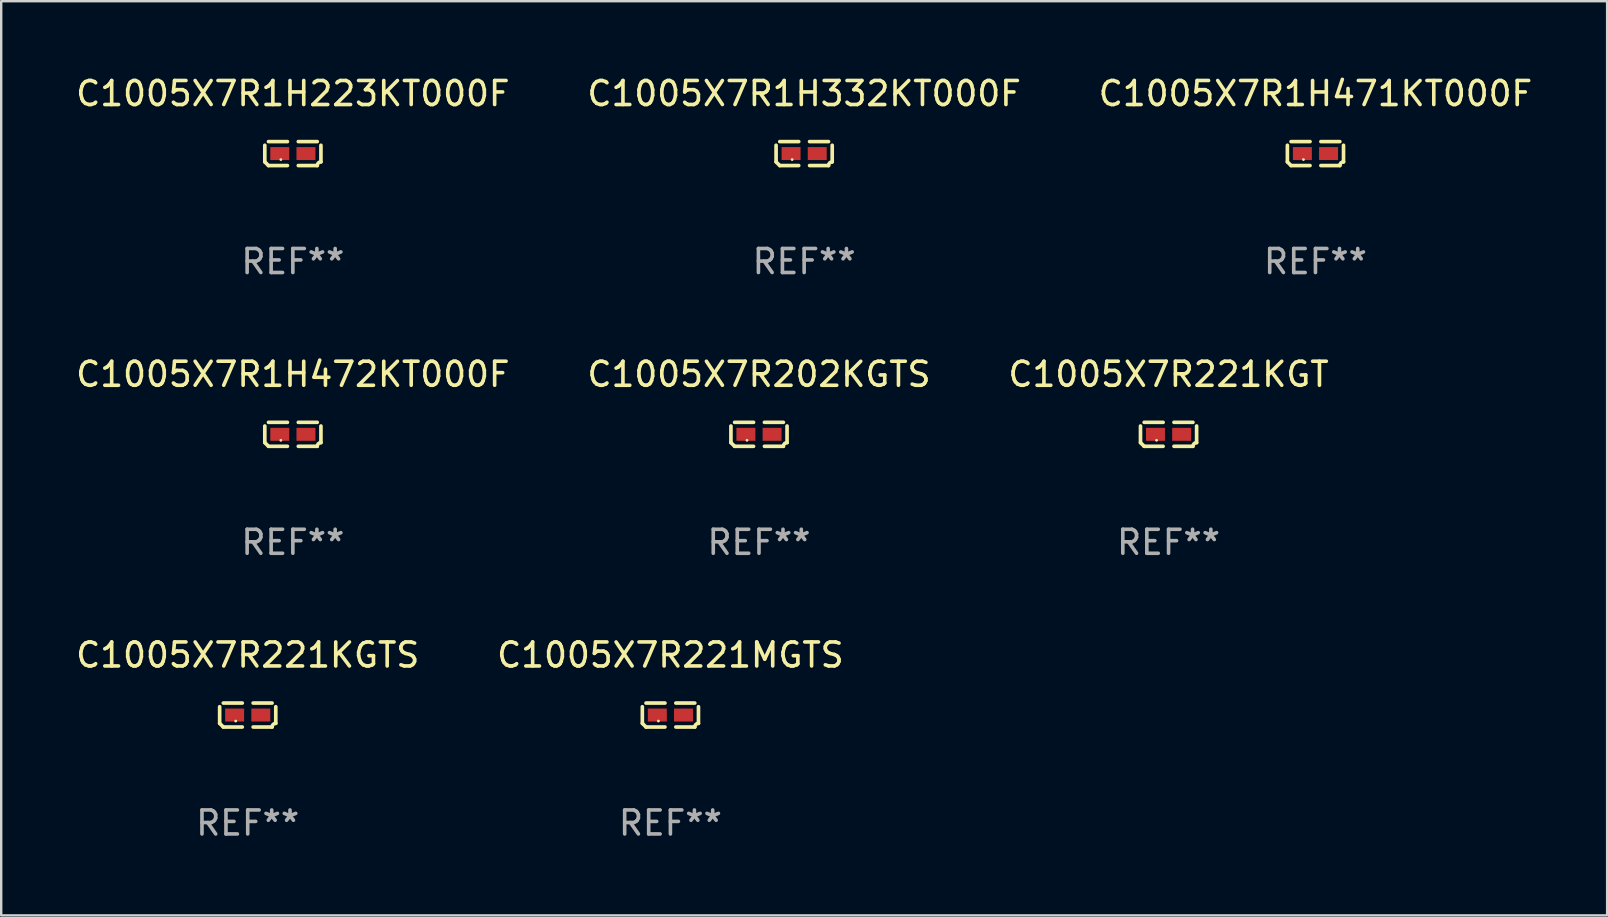
<source format=kicad_pcb>
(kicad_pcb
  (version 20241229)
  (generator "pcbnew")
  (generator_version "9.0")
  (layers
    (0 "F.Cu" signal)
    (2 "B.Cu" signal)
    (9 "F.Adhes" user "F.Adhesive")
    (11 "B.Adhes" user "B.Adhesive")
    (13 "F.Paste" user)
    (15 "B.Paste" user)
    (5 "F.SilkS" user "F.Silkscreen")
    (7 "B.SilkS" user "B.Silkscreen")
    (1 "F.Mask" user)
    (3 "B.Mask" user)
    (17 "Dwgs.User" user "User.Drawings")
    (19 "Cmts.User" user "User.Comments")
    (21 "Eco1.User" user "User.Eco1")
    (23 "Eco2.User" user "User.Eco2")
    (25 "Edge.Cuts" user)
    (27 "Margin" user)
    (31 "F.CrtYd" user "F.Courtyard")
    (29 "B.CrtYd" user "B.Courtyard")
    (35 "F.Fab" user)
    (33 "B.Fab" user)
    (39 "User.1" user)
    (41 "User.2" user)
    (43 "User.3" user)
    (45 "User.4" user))
  (footprint "C1005X7R1H471KT000F"
    (layer "F.Cu")
    (at 51.744 3.347)
    (property "Reference" "C1005X7R1H471KT000F" (at 0 -2.499 0) (layer "F.SilkS") (effects (font (size 1 1) (thickness 0.15))))
    (attr through_hole)
    (fp_line (start -1.169 0.346) (end -1.169 -0.346) (stroke (width 0.152) (type solid)) (layer "F.SilkS"))
    (fp_line (start -1.016 -0.499) (end -0.226 -0.499) (stroke (width 0.152) (type solid)) (layer "F.SilkS"))
    (fp_line (start -0.226 0.499) (end -1.016 0.499) (stroke (width 0.152) (type solid)) (layer "F.SilkS"))
    (fp_line (start 0.226 0.499) (end 1.016 0.499) (stroke (width 0.152) (type solid)) (layer "F.SilkS"))
    (fp_line (start 1.016 -0.499) (end 0.226 -0.499) (stroke (width 0.152) (type solid)) (layer "F.SilkS"))
    (fp_line (start 1.169 0.346) (end 1.169 -0.346) (stroke (width 0.152) (type solid)) (layer "F.SilkS"))
    (fp_arc (start -1.016307 0.498603) (mid -1.092512 0.422405) (end -1.16871 0.3462) (stroke (width 0.1524) (type solid)) (layer "F.SilkS"))
    (fp_arc (start 1.016307 0.498603) (mid 1.060899 0.390758) (end 1.168707 0.346076) (stroke (width 0.1524) (type solid)) (layer "F.SilkS"))
    (fp_circle (center -0.5 0.25) (end -0.47 0.25) (stroke (width 0.06) (type solid)) (fill no) (layer "F.SilkS"))
    (fp_text user "REF**" (at 0 4.499 0) (layer "F.Fab") (effects (font (size 1 1) (thickness 0.15))))
    (pad "1" smd rect (at -0.545 0) (size 0.79 0.54) (layers "F.Cu" "F.Mask" "F.Paste"))
    (pad "2" smd rect (at 0.545 0) (size 0.79 0.54) (layers "F.Cu" "F.Mask" "F.Paste")))
  (footprint "C1005X7R202KGTS"
    (layer "F.Cu")
    (at 28.565 15.041)
    (property "Reference" "C1005X7R202KGTS" (at 0 -2.499 0) (layer "F.SilkS") (effects (font (size 1 1) (thickness 0.15))))
    (attr through_hole)
    (fp_line (start -1.169 0.346) (end -1.169 -0.346) (stroke (width 0.152) (type solid)) (layer "F.SilkS"))
    (fp_line (start -1.016 -0.499) (end -0.226 -0.499) (stroke (width 0.152) (type solid)) (layer "F.SilkS"))
    (fp_line (start -0.226 0.499) (end -1.016 0.499) (stroke (width 0.152) (type solid)) (layer "F.SilkS"))
    (fp_line (start 0.226 0.499) (end 1.016 0.499) (stroke (width 0.152) (type solid)) (layer "F.SilkS"))
    (fp_line (start 1.016 -0.499) (end 0.226 -0.499) (stroke (width 0.152) (type solid)) (layer "F.SilkS"))
    (fp_line (start 1.169 0.346) (end 1.169 -0.346) (stroke (width 0.152) (type solid)) (layer "F.SilkS"))
    (fp_arc (start -1.016307 0.498603) (mid -1.092512 0.422405) (end -1.16871 0.3462) (stroke (width 0.1524) (type solid)) (layer "F.SilkS"))
    (fp_arc (start 1.016307 0.498603) (mid 1.060899 0.390758) (end 1.168707 0.346076) (stroke (width 0.1524) (type solid)) (layer "F.SilkS"))
    (fp_circle (center -0.5 0.25) (end -0.47 0.25) (stroke (width 0.06) (type solid)) (fill no) (layer "F.SilkS"))
    (fp_text user "REF**" (at 0 4.499 0) (layer "F.Fab") (effects (font (size 1 1) (thickness 0.15))))
    (pad "1" smd rect (at -0.545 0) (size 0.79 0.54) (layers "F.Cu" "F.Mask" "F.Paste"))
    (pad "2" smd rect (at 0.545 0) (size 0.79 0.54) (layers "F.Cu" "F.Mask" "F.Paste")))
  (footprint "C1005X7R221KGT"
    (layer "F.Cu")
    (at 45.625 15.041)
    (property "Reference" "C1005X7R221KGT" (at 0 -2.499 0) (layer "F.SilkS") (effects (font (size 1 1) (thickness 0.15))))
    (attr through_hole)
    (fp_line (start -1.169 0.346) (end -1.169 -0.346) (stroke (width 0.152) (type solid)) (layer "F.SilkS"))
    (fp_line (start -1.016 -0.499) (end -0.226 -0.499) (stroke (width 0.152) (type solid)) (layer "F.SilkS"))
    (fp_line (start -0.226 0.499) (end -1.016 0.499) (stroke (width 0.152) (type solid)) (layer "F.SilkS"))
    (fp_line (start 0.226 0.499) (end 1.016 0.499) (stroke (width 0.152) (type solid)) (layer "F.SilkS"))
    (fp_line (start 1.016 -0.499) (end 0.226 -0.499) (stroke (width 0.152) (type solid)) (layer "F.SilkS"))
    (fp_line (start 1.169 0.346) (end 1.169 -0.346) (stroke (width 0.152) (type solid)) (layer "F.SilkS"))
    (fp_arc (start -1.016307 0.498603) (mid -1.092512 0.422405) (end -1.16871 0.3462) (stroke (width 0.1524) (type solid)) (layer "F.SilkS"))
    (fp_arc (start 1.016307 0.498603) (mid 1.060899 0.390758) (end 1.168707 0.346076) (stroke (width 0.1524) (type solid)) (layer "F.SilkS"))
    (fp_circle (center -0.5 0.25) (end -0.47 0.25) (stroke (width 0.06) (type solid)) (fill no) (layer "F.SilkS"))
    (fp_text user "REF**" (at 0 4.499 0) (layer "F.Fab") (effects (font (size 1 1) (thickness 0.15))))
    (pad "1" smd rect (at -0.545 0) (size 0.79 0.54) (layers "F.Cu" "F.Mask" "F.Paste"))
    (pad "2" smd rect (at 0.545 0) (size 0.79 0.54) (layers "F.Cu" "F.Mask" "F.Paste")))
  (footprint "C1005X7R221MGTS"
    (layer "F.Cu")
    (at 24.875 26.734)
    (property "Reference" "C1005X7R221MGTS" (at 0 -2.499 0) (layer "F.SilkS") (effects (font (size 1 1) (thickness 0.15))))
    (attr through_hole)
    (fp_line (start -1.169 0.346) (end -1.169 -0.346) (stroke (width 0.152) (type solid)) (layer "F.SilkS"))
    (fp_line (start -1.016 -0.499) (end -0.226 -0.499) (stroke (width 0.152) (type solid)) (layer "F.SilkS"))
    (fp_line (start -0.226 0.499) (end -1.016 0.499) (stroke (width 0.152) (type solid)) (layer "F.SilkS"))
    (fp_line (start 0.226 0.499) (end 1.016 0.499) (stroke (width 0.152) (type solid)) (layer "F.SilkS"))
    (fp_line (start 1.016 -0.499) (end 0.226 -0.499) (stroke (width 0.152) (type solid)) (layer "F.SilkS"))
    (fp_line (start 1.169 0.346) (end 1.169 -0.346) (stroke (width 0.152) (type solid)) (layer "F.SilkS"))
    (fp_arc (start -1.016307 0.498603) (mid -1.092512 0.422405) (end -1.16871 0.3462) (stroke (width 0.1524) (type solid)) (layer "F.SilkS"))
    (fp_arc (start 1.016307 0.498603) (mid 1.060899 0.390758) (end 1.168707 0.346076) (stroke (width 0.1524) (type solid)) (layer "F.SilkS"))
    (fp_circle (center -0.5 0.25) (end -0.47 0.25) (stroke (width 0.06) (type solid)) (fill no) (layer "F.SilkS"))
    (fp_text user "REF**" (at 0 4.499 0) (layer "F.Fab") (effects (font (size 1 1) (thickness 0.15))))
    (pad "1" smd rect (at -0.545 0) (size 0.79 0.54) (layers "F.Cu" "F.Mask" "F.Paste"))
    (pad "2" smd rect (at 0.545 0) (size 0.79 0.54) (layers "F.Cu" "F.Mask" "F.Paste")))
  (footprint "C1005X7R1H472KT000F"
    (layer "F.Cu")
    (at 9.149 15.041)
    (property "Reference" "C1005X7R1H472KT000F" (at 0 -2.499 0) (layer "F.SilkS") (effects (font (size 1 1) (thickness 0.15))))
    (attr through_hole)
    (fp_line (start -1.169 0.346) (end -1.169 -0.346) (stroke (width 0.152) (type solid)) (layer "F.SilkS"))
    (fp_line (start -1.016 -0.499) (end -0.226 -0.499) (stroke (width 0.152) (type solid)) (layer "F.SilkS"))
    (fp_line (start -0.226 0.499) (end -1.016 0.499) (stroke (width 0.152) (type solid)) (layer "F.SilkS"))
    (fp_line (start 0.226 0.499) (end 1.016 0.499) (stroke (width 0.152) (type solid)) (layer "F.SilkS"))
    (fp_line (start 1.016 -0.499) (end 0.226 -0.499) (stroke (width 0.152) (type solid)) (layer "F.SilkS"))
    (fp_line (start 1.169 0.346) (end 1.169 -0.346) (stroke (width 0.152) (type solid)) (layer "F.SilkS"))
    (fp_arc (start -1.016307 0.498603) (mid -1.092512 0.422405) (end -1.16871 0.3462) (stroke (width 0.1524) (type solid)) (layer "F.SilkS"))
    (fp_arc (start 1.016307 0.498603) (mid 1.060899 0.390758) (end 1.168707 0.346076) (stroke (width 0.1524) (type solid)) (layer "F.SilkS"))
    (fp_circle (center -0.5 0.25) (end -0.47 0.25) (stroke (width 0.06) (type solid)) (fill no) (layer "F.SilkS"))
    (fp_text user "REF**" (at 0 4.499 0) (layer "F.Fab") (effects (font (size 1 1) (thickness 0.15))))
    (pad "1" smd rect (at -0.545 0) (size 0.79 0.54) (layers "F.Cu" "F.Mask" "F.Paste"))
    (pad "2" smd rect (at 0.545 0) (size 0.79 0.54) (layers "F.Cu" "F.Mask" "F.Paste")))
  (footprint "C1005X7R1H223KT000F"
    (layer "F.Cu")
    (at 9.149 3.347)
    (property "Reference" "C1005X7R1H223KT000F" (at 0 -2.499 0) (layer "F.SilkS") (effects (font (size 1 1) (thickness 0.15))))
    (attr through_hole)
    (fp_line (start -1.169 0.346) (end -1.169 -0.346) (stroke (width 0.152) (type solid)) (layer "F.SilkS"))
    (fp_line (start -1.016 -0.499) (end -0.226 -0.499) (stroke (width 0.152) (type solid)) (layer "F.SilkS"))
    (fp_line (start -0.226 0.499) (end -1.016 0.499) (stroke (width 0.152) (type solid)) (layer "F.SilkS"))
    (fp_line (start 0.226 0.499) (end 1.016 0.499) (stroke (width 0.152) (type solid)) (layer "F.SilkS"))
    (fp_line (start 1.016 -0.499) (end 0.226 -0.499) (stroke (width 0.152) (type solid)) (layer "F.SilkS"))
    (fp_line (start 1.169 0.346) (end 1.169 -0.346) (stroke (width 0.152) (type solid)) (layer "F.SilkS"))
    (fp_arc (start -1.016307 0.498603) (mid -1.092512 0.422405) (end -1.16871 0.3462) (stroke (width 0.1524) (type solid)) (layer "F.SilkS"))
    (fp_arc (start 1.016307 0.498603) (mid 1.060899 0.390758) (end 1.168707 0.346076) (stroke (width 0.1524) (type solid)) (layer "F.SilkS"))
    (fp_circle (center -0.5 0.25) (end -0.47 0.25) (stroke (width 0.06) (type solid)) (fill no) (layer "F.SilkS"))
    (fp_text user "REF**" (at 0 4.499 0) (layer "F.Fab") (effects (font (size 1 1) (thickness 0.15))))
    (pad "1" smd rect (at -0.545 0) (size 0.79 0.54) (layers "F.Cu" "F.Mask" "F.Paste"))
    (pad "2" smd rect (at 0.545 0) (size 0.79 0.54) (layers "F.Cu" "F.Mask" "F.Paste")))
  (footprint "C1005X7R1H332KT000F"
    (layer "F.Cu")
    (at 30.446 3.347)
    (property "Reference" "C1005X7R1H332KT000F" (at 0 -2.499 0) (layer "F.SilkS") (effects (font (size 1 1) (thickness 0.15))))
    (attr through_hole)
    (fp_line (start -1.169 0.346) (end -1.169 -0.346) (stroke (width 0.152) (type solid)) (layer "F.SilkS"))
    (fp_line (start -1.016 -0.499) (end -0.226 -0.499) (stroke (width 0.152) (type solid)) (layer "F.SilkS"))
    (fp_line (start -0.226 0.499) (end -1.016 0.499) (stroke (width 0.152) (type solid)) (layer "F.SilkS"))
    (fp_line (start 0.226 0.499) (end 1.016 0.499) (stroke (width 0.152) (type solid)) (layer "F.SilkS"))
    (fp_line (start 1.016 -0.499) (end 0.226 -0.499) (stroke (width 0.152) (type solid)) (layer "F.SilkS"))
    (fp_line (start 1.169 0.346) (end 1.169 -0.346) (stroke (width 0.152) (type solid)) (layer "F.SilkS"))
    (fp_arc (start -1.016307 0.498603) (mid -1.092512 0.422405) (end -1.16871 0.3462) (stroke (width 0.1524) (type solid)) (layer "F.SilkS"))
    (fp_arc (start 1.016307 0.498603) (mid 1.060899 0.390758) (end 1.168707 0.346076) (stroke (width 0.1524) (type solid)) (layer "F.SilkS"))
    (fp_circle (center -0.5 0.25) (end -0.47 0.25) (stroke (width 0.06) (type solid)) (fill no) (layer "F.SilkS"))
    (fp_text user "REF**" (at 0 4.499 0) (layer "F.Fab") (effects (font (size 1 1) (thickness 0.15))))
    (pad "1" smd rect (at -0.545 0) (size 0.79 0.54) (layers "F.Cu" "F.Mask" "F.Paste"))
    (pad "2" smd rect (at 0.545 0) (size 0.79 0.54) (layers "F.Cu" "F.Mask" "F.Paste")))
  (footprint "C1005X7R221KGTS"
    (layer "F.Cu")
    (at 7.268 26.734)
    (property "Reference" "C1005X7R221KGTS" (at 0 -2.499 0) (layer "F.SilkS") (effects (font (size 1 1) (thickness 0.15))))
    (attr through_hole)
    (fp_line (start -1.169 0.346) (end -1.169 -0.346) (stroke (width 0.152) (type solid)) (layer "F.SilkS"))
    (fp_line (start -1.016 -0.499) (end -0.226 -0.499) (stroke (width 0.152) (type solid)) (layer "F.SilkS"))
    (fp_line (start -0.226 0.499) (end -1.016 0.499) (stroke (width 0.152) (type solid)) (layer "F.SilkS"))
    (fp_line (start 0.226 0.499) (end 1.016 0.499) (stroke (width 0.152) (type solid)) (layer "F.SilkS"))
    (fp_line (start 1.016 -0.499) (end 0.226 -0.499) (stroke (width 0.152) (type solid)) (layer "F.SilkS"))
    (fp_line (start 1.169 0.346) (end 1.169 -0.346) (stroke (width 0.152) (type solid)) (layer "F.SilkS"))
    (fp_arc (start -1.016307 0.498603) (mid -1.092512 0.422405) (end -1.16871 0.3462) (stroke (width 0.1524) (type solid)) (layer "F.SilkS"))
    (fp_arc (start 1.016307 0.498603) (mid 1.060899 0.390758) (end 1.168707 0.346076) (stroke (width 0.1524) (type solid)) (layer "F.SilkS"))
    (fp_circle (center -0.5 0.25) (end -0.47 0.25) (stroke (width 0.06) (type solid)) (fill no) (layer "F.SilkS"))
    (fp_text user "REF**" (at 0 4.499 0) (layer "F.Fab") (effects (font (size 1 1) (thickness 0.15))))
    (pad "1" smd rect (at -0.545 0) (size 0.79 0.54) (layers "F.Cu" "F.Mask" "F.Paste"))
    (pad "2" smd rect (at 0.545 0) (size 0.79 0.54) (layers "F.Cu" "F.Mask" "F.Paste")))
  (gr_rect
    (start -3 -3)
    (end 63.893 35.081)
    (stroke (width 0.1) (type default))
    (fill no)
    (layer "Edge.Cuts")))
</source>
